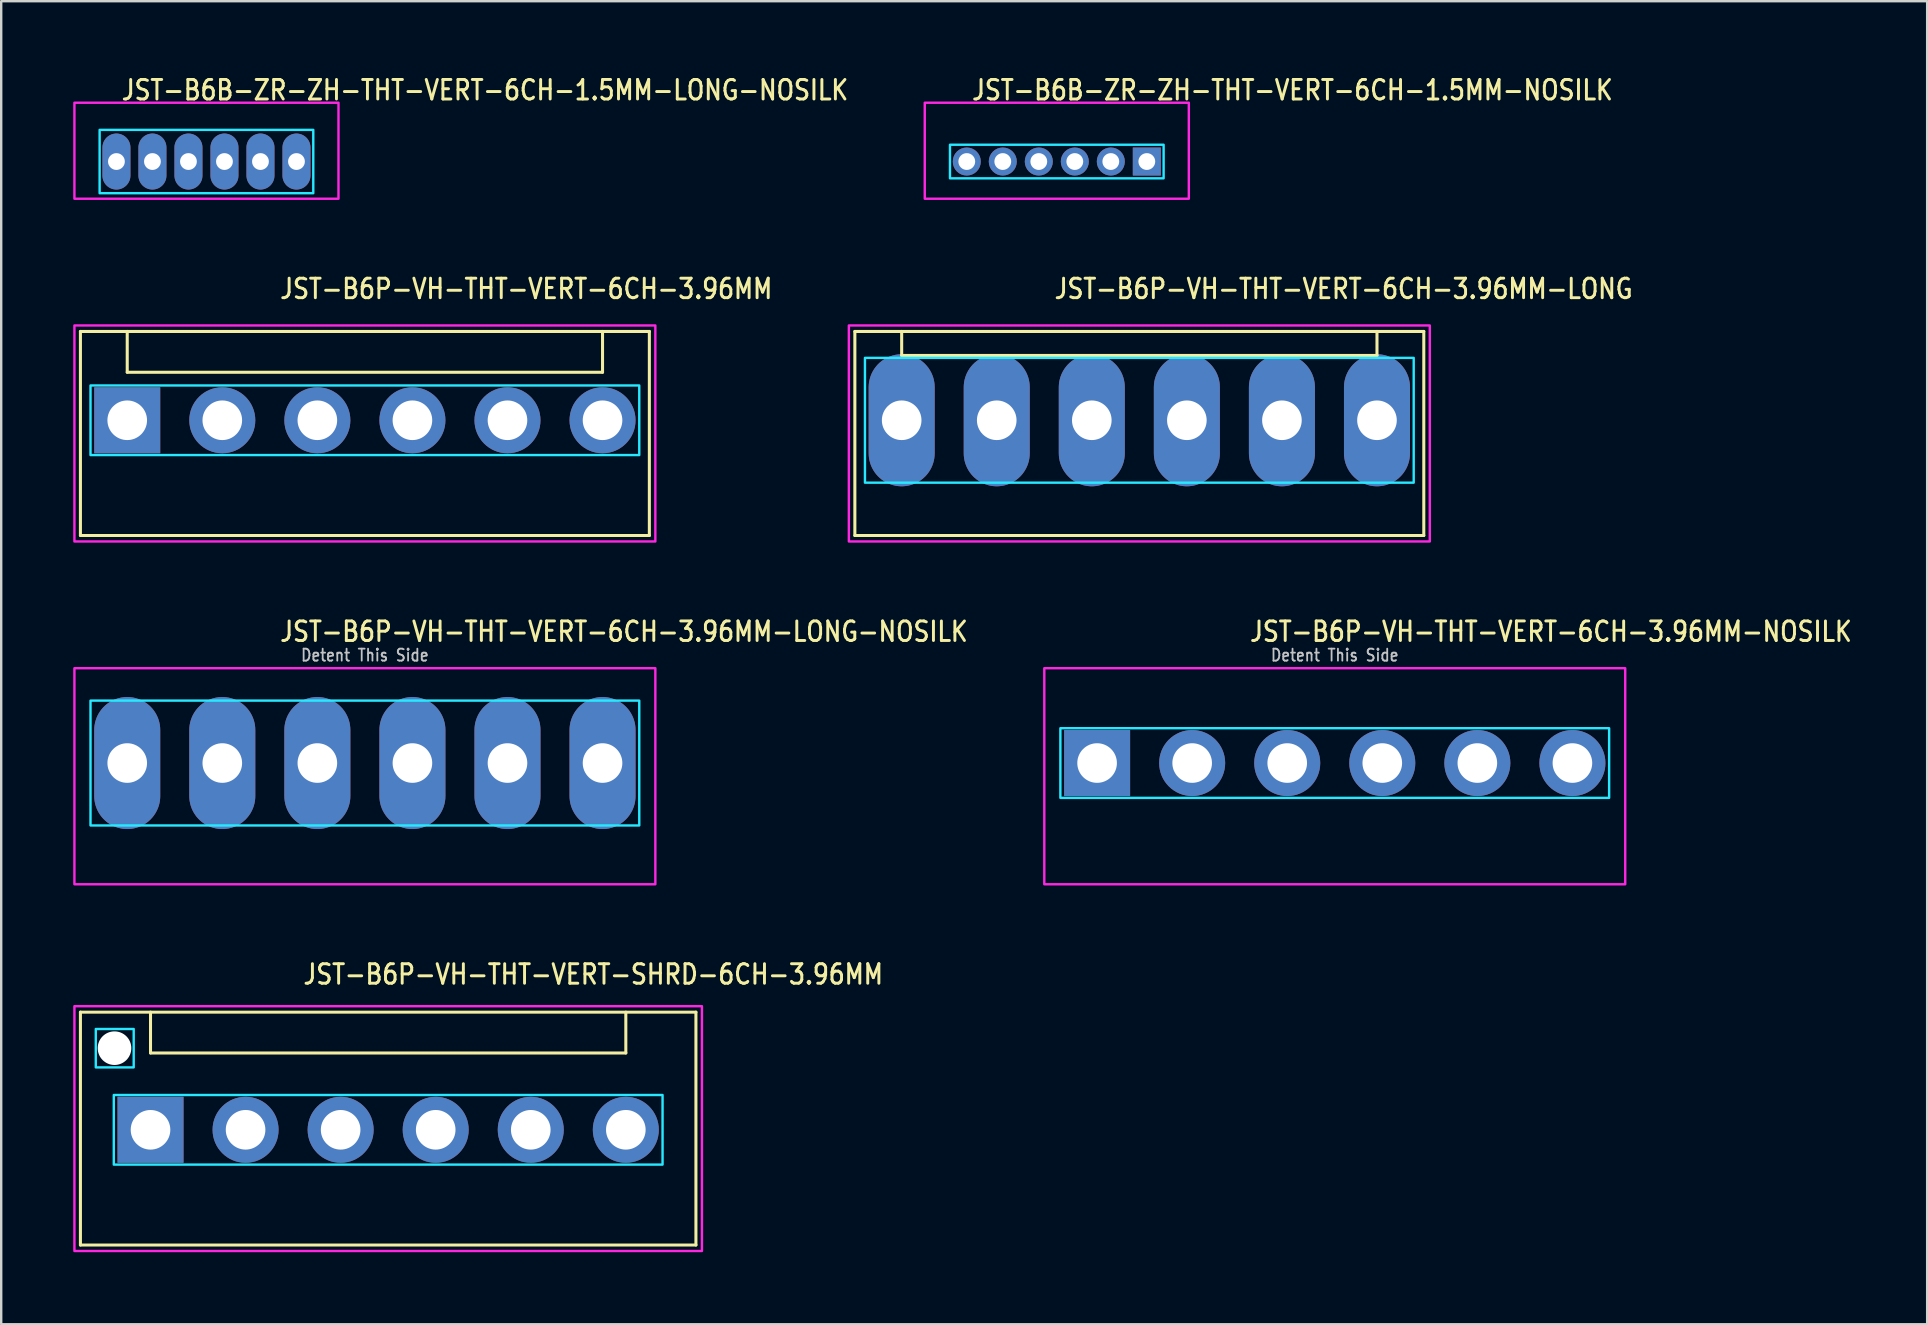
<source format=kicad_pcb>
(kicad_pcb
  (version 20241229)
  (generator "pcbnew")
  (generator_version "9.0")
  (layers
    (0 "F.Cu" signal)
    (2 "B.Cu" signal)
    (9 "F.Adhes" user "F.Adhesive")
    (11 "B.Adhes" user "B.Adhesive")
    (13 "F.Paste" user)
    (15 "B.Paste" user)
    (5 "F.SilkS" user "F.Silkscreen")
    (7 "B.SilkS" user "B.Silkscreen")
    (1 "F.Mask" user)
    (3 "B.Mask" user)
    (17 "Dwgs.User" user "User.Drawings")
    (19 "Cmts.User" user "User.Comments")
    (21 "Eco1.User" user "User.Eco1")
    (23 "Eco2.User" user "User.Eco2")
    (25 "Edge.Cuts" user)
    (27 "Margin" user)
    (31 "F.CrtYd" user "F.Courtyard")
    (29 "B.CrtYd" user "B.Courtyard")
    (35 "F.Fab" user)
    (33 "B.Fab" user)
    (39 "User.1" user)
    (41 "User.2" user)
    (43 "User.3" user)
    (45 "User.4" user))
  (footprint "JST-B6P-VH-THT-VERT-6CH-3.96MM-LONG-NOSILK"
    (layer "F.Cu")
    (at 12.15 28.736)
    (property "Reference" "JST-B6P-VH-THT-VERT-6CH-3.96MM-LONG-NOSILK" (at -3.6 -5 0) (unlocked yes) (layer "F.SilkS") (effects (font (size 0.813 0.695) (thickness 0.122)) (justify left bottom)))
    (fp_poly (pts (xy -11.43 -2.6) (xy -11.43 2.6) (xy 11.43 2.6) (xy 11.43 -2.6)) (stroke (width 0.1) (type solid)) (fill no) (layer "B.CrtYd"))
    (fp_poly (pts (xy -12.1 -3.95) (xy -12.1 5.05) (xy 12.1 5.05) (xy 12.1 -3.95)) (stroke (width 0.1) (type solid)) (fill no) (layer "F.CrtYd"))
    (fp_text user "Detent This Side" (at 0 -4.2 0) (unlocked yes) (layer "Dwgs.User") (effects (font (size 0.5 0.427) (thickness 0.075)) (justify bottom)))
    (pad "P$1" thru_hole oval (at -9.9 0 90) (size 5.5 2.75) (drill 1.65) (layers "*.Cu" "*.Mask"))
    (pad "P$2" thru_hole oval (at -5.94 0 90) (size 5.5 2.75) (drill 1.65) (layers "*.Cu" "*.Mask"))
    (pad "P$3" thru_hole oval (at -1.98 0 90) (size 5.5 2.75) (drill 1.65) (layers "*.Cu" "*.Mask"))
    (pad "P$4" thru_hole oval (at 1.98 0 90) (size 5.5 2.75) (drill 1.65) (layers "*.Cu" "*.Mask"))
    (pad "P$5" thru_hole oval (at 5.94 0 90) (size 5.5 2.75) (drill 1.65) (layers "*.Cu" "*.Mask"))
    (pad "P$6" thru_hole oval (at 9.9 0 90) (size 5.5 2.75) (drill 1.65) (layers "*.Cu" "*.Mask")))
  (footprint "JST-B6P-VH-THT-VERT-6CH-3.96MM-NOSILK"
    (layer "F.Cu")
    (at 52.552 28.736)
    (property "Reference" "JST-B6P-VH-THT-VERT-6CH-3.96MM-NOSILK" (at -3.6 -5 0) (unlocked yes) (layer "F.SilkS") (effects (font (size 0.813 0.695) (thickness 0.122)) (justify left bottom)))
    (fp_poly (pts (xy -11.43 -1.45) (xy -11.43 1.45) (xy 11.43 1.45) (xy 11.43 -1.45)) (stroke (width 0.1) (type solid)) (fill no) (layer "B.CrtYd"))
    (fp_poly (pts (xy -12.1 -3.95) (xy -12.1 5.05) (xy 12.1 5.05) (xy 12.1 -3.95)) (stroke (width 0.1) (type solid)) (fill no) (layer "F.CrtYd"))
    (fp_text user "Detent This Side" (at 0 -4.2 0) (unlocked yes) (layer "Dwgs.User") (effects (font (size 0.5 0.427) (thickness 0.075)) (justify bottom)))
    (pad "P$1" thru_hole rect (at -9.9 0) (size 2.75 2.75) (drill 1.65) (layers "*.Cu" "*.Mask"))
    (pad "P$2" thru_hole oval (at -5.94 0) (size 2.75 2.75) (drill 1.65) (layers "*.Cu" "*.Mask"))
    (pad "P$3" thru_hole oval (at -1.98 0) (size 2.75 2.75) (drill 1.65) (layers "*.Cu" "*.Mask"))
    (pad "P$4" thru_hole oval (at 1.98 0) (size 2.75 2.75) (drill 1.65) (layers "*.Cu" "*.Mask"))
    (pad "P$5" thru_hole oval (at 5.94 0) (size 2.75 2.75) (drill 1.65) (layers "*.Cu" "*.Mask"))
    (pad "P$6" thru_hole oval (at 9.9 0) (size 2.75 2.75) (drill 1.65) (layers "*.Cu" "*.Mask")))
  (footprint "JST-B6P-VH-THT-VERT-SHRD-6CH-3.96MM"
    (layer "F.Cu")
    (at 13.12 44.014)
    (property "Reference" "JST-B6P-VH-THT-VERT-SHRD-6CH-3.96MM" (at -3.6 -6 0) (unlocked yes) (layer "F.SilkS") (effects (font (size 0.813 0.695) (thickness 0.122)) (justify left bottom)))
    (fp_line (start -12.82 -4.9) (end 12.82 -4.9) (stroke (width 0.127) (type solid)) (layer "F.SilkS"))
    (fp_line (start -12.82 4.8) (end -12.82 -4.9) (stroke (width 0.127) (type solid)) (layer "F.SilkS"))
    (fp_line (start -12.82 4.8) (end 12.82 4.8) (stroke (width 0.127) (type solid)) (layer "F.SilkS"))
    (fp_line (start -9.9 -4.9) (end -9.9 -3.2) (stroke (width 0.127) (type solid)) (layer "F.SilkS"))
    (fp_line (start -9.9 -3.2) (end 9.9 -3.2) (stroke (width 0.127) (type solid)) (layer "F.SilkS"))
    (fp_line (start 9.9 -4.9) (end 9.9 -3.2) (stroke (width 0.127) (type solid)) (layer "F.SilkS"))
    (fp_line (start 12.82 -4.9) (end 12.82 4.8) (stroke (width 0.127) (type solid)) (layer "F.SilkS"))
    (fp_poly (pts (xy -11.43 -1.45) (xy -11.43 1.45) (xy 11.43 1.45) (xy 11.43 -1.45)) (stroke (width 0.1) (type solid)) (fill no) (layer "B.CrtYd"))
    (fp_poly (pts (xy -10.6 -4.2) (xy -10.6 -2.6) (xy -12.18 -2.6) (xy -12.18 -4.2)) (stroke (width 0.1) (type solid)) (fill no) (layer "B.CrtYd"))
    (fp_poly (pts (xy -13.07 -5.15) (xy -13.07 5.05) (xy 13.07 5.05) (xy 13.07 -5.15)) (stroke (width 0.1) (type solid)) (fill no) (layer "F.CrtYd"))
    (pad "" np_thru_hole circle (at -11.4 -3.4) (size 1.4 1.4) (drill 1.4) (layers "*.Cu" "*.Mask"))
    (pad "P$1" thru_hole rect (at -9.9 0) (size 2.75 2.75) (drill 1.65) (layers "*.Cu" "*.Mask"))
    (pad "P$2" thru_hole oval (at -5.94 0) (size 2.75 2.75) (drill 1.65) (layers "*.Cu" "*.Mask"))
    (pad "P$3" thru_hole oval (at -1.98 0) (size 2.75 2.75) (drill 1.65) (layers "*.Cu" "*.Mask"))
    (pad "P$4" thru_hole oval (at 1.98 0) (size 2.75 2.75) (drill 1.65) (layers "*.Cu" "*.Mask"))
    (pad "P$5" thru_hole oval (at 5.94 0) (size 2.75 2.75) (drill 1.65) (layers "*.Cu" "*.Mask"))
    (pad "P$6" thru_hole oval (at 9.9 0) (size 2.75 2.75) (drill 1.65) (layers "*.Cu" "*.Mask")))
  (footprint "JST-B6B-ZR-ZH-THT-VERT-6CH-1.5MM-LONG-NOSILK"
    (layer "F.Cu")
    (at 5.55 3.679)
    (property "Reference" "JST-B6B-ZR-ZH-THT-VERT-6CH-1.5MM-LONG-NOSILK" (at -3.6 -2.5 0) (unlocked yes) (layer "F.SilkS") (effects (font (size 0.813 0.695) (thickness 0.122)) (justify left bottom)))
    (fp_poly (pts (xy -4.45 -1.32) (xy -4.45 1.32) (xy 4.45 1.32) (xy 4.45 -1.32)) (stroke (width 0.1) (type solid)) (fill no) (layer "B.CrtYd"))
    (fp_poly (pts (xy -5.5 -2.45) (xy -5.5 1.55) (xy 5.5 1.55) (xy 5.5 -2.45)) (stroke (width 0.1) (type solid)) (fill no) (layer "F.CrtYd"))
    (pad "P$1" thru_hole oval (at 3.75 0 90) (size 2.333 1.167) (drill 0.7) (layers "*.Cu" "*.Mask"))
    (pad "P$2" thru_hole oval (at 2.25 0 90) (size 2.333 1.167) (drill 0.7) (layers "*.Cu" "*.Mask"))
    (pad "P$3" thru_hole oval (at 0.75 0 90) (size 2.333 1.167) (drill 0.7) (layers "*.Cu" "*.Mask"))
    (pad "P$4" thru_hole oval (at -0.75 0 90) (size 2.333 1.167) (drill 0.7) (layers "*.Cu" "*.Mask"))
    (pad "P$5" thru_hole oval (at -2.25 0 90) (size 2.333 1.167) (drill 0.7) (layers "*.Cu" "*.Mask"))
    (pad "P$6" thru_hole oval (at -3.75 0 90) (size 2.333 1.167) (drill 0.7) (layers "*.Cu" "*.Mask")))
  (footprint "JST-B6B-ZR-ZH-THT-VERT-6CH-1.5MM-NOSILK"
    (layer "F.Cu")
    (at 40.973 3.679)
    (property "Reference" "JST-B6B-ZR-ZH-THT-VERT-6CH-1.5MM-NOSILK" (at -3.6 -2.5 0) (unlocked yes) (layer "F.SilkS") (effects (font (size 0.813 0.695) (thickness 0.122)) (justify left bottom)))
    (fp_poly (pts (xy -4.45 -0.7) (xy -4.45 0.7) (xy 4.45 0.7) (xy 4.45 -0.7)) (stroke (width 0.1) (type solid)) (fill no) (layer "B.CrtYd"))
    (fp_poly (pts (xy -5.5 -2.45) (xy -5.5 1.55) (xy 5.5 1.55) (xy 5.5 -2.45)) (stroke (width 0.1) (type solid)) (fill no) (layer "F.CrtYd"))
    (pad "P$1" thru_hole rect (at 3.75 0) (size 1.167 1.167) (drill 0.7) (layers "*.Cu" "*.Mask"))
    (pad "P$2" thru_hole oval (at 2.25 0) (size 1.167 1.167) (drill 0.7) (layers "*.Cu" "*.Mask"))
    (pad "P$3" thru_hole oval (at 0.75 0) (size 1.167 1.167) (drill 0.7) (layers "*.Cu" "*.Mask"))
    (pad "P$4" thru_hole oval (at -0.75 0) (size 1.167 1.167) (drill 0.7) (layers "*.Cu" "*.Mask"))
    (pad "P$5" thru_hole oval (at -2.25 0) (size 1.167 1.167) (drill 0.7) (layers "*.Cu" "*.Mask"))
    (pad "P$6" thru_hole oval (at -3.75 0) (size 1.167 1.167) (drill 0.7) (layers "*.Cu" "*.Mask")))
  (footprint "JST-B6P-VH-THT-VERT-6CH-3.96MM-LONG"
    (layer "F.Cu")
    (at 44.411 14.457)
    (property "Reference" "JST-B6P-VH-THT-VERT-6CH-3.96MM-LONG" (at -3.6 -5 0) (unlocked yes) (layer "F.SilkS") (effects (font (size 0.813 0.695) (thickness 0.122)) (justify left bottom)))
    (fp_line (start -11.85 -3.7) (end 11.85 -3.7) (stroke (width 0.127) (type solid)) (layer "F.SilkS"))
    (fp_line (start -11.85 4.8) (end -11.85 -3.7) (stroke (width 0.127) (type solid)) (layer "F.SilkS"))
    (fp_line (start -11.85 4.8) (end 11.85 4.8) (stroke (width 0.127) (type solid)) (layer "F.SilkS"))
    (fp_line (start -9.9 -3.7) (end -9.9 -2.7) (stroke (width 0.127) (type solid)) (layer "F.SilkS"))
    (fp_line (start -9.9 -2.7) (end 9.9 -2.7) (stroke (width 0.127) (type solid)) (layer "F.SilkS"))
    (fp_line (start 9.9 -3.7) (end 9.9 -2.7) (stroke (width 0.127) (type solid)) (layer "F.SilkS"))
    (fp_line (start 11.85 -3.7) (end 11.85 4.8) (stroke (width 0.127) (type solid)) (layer "F.SilkS"))
    (fp_poly (pts (xy -11.43 -2.6) (xy -11.43 2.6) (xy 11.43 2.6) (xy 11.43 -2.6)) (stroke (width 0.1) (type solid)) (fill no) (layer "B.CrtYd"))
    (fp_poly (pts (xy -12.1 -3.95) (xy -12.1 5.05) (xy 12.1 5.05) (xy 12.1 -3.95)) (stroke (width 0.1) (type solid)) (fill no) (layer "F.CrtYd"))
    (pad "P$1" thru_hole oval (at -9.9 0 90) (size 5.5 2.75) (drill 1.65) (layers "*.Cu" "*.Mask"))
    (pad "P$2" thru_hole oval (at -5.94 0 90) (size 5.5 2.75) (drill 1.65) (layers "*.Cu" "*.Mask"))
    (pad "P$3" thru_hole oval (at -1.98 0 90) (size 5.5 2.75) (drill 1.65) (layers "*.Cu" "*.Mask"))
    (pad "P$4" thru_hole oval (at 1.98 0 90) (size 5.5 2.75) (drill 1.65) (layers "*.Cu" "*.Mask"))
    (pad "P$5" thru_hole oval (at 5.94 0 90) (size 5.5 2.75) (drill 1.65) (layers "*.Cu" "*.Mask"))
    (pad "P$6" thru_hole oval (at 9.9 0 90) (size 5.5 2.75) (drill 1.65) (layers "*.Cu" "*.Mask")))
  (footprint "JST-B6P-VH-THT-VERT-6CH-3.96MM"
    (layer "F.Cu")
    (at 12.15 14.457)
    (property "Reference" "JST-B6P-VH-THT-VERT-6CH-3.96MM" (at -3.6 -5 0) (unlocked yes) (layer "F.SilkS") (effects (font (size 0.813 0.695) (thickness 0.122)) (justify left bottom)))
    (fp_line (start -11.85 -3.7) (end 11.85 -3.7) (stroke (width 0.127) (type solid)) (layer "F.SilkS"))
    (fp_line (start -11.85 4.8) (end -11.85 -3.7) (stroke (width 0.127) (type solid)) (layer "F.SilkS"))
    (fp_line (start -11.85 4.8) (end 11.85 4.8) (stroke (width 0.127) (type solid)) (layer "F.SilkS"))
    (fp_line (start -9.9 -3.7) (end -9.9 -2) (stroke (width 0.127) (type solid)) (layer "F.SilkS"))
    (fp_line (start -9.9 -2) (end 9.9 -2) (stroke (width 0.127) (type solid)) (layer "F.SilkS"))
    (fp_line (start 9.9 -3.7) (end 9.9 -2) (stroke (width 0.127) (type solid)) (layer "F.SilkS"))
    (fp_line (start 11.85 -3.7) (end 11.85 4.8) (stroke (width 0.127) (type solid)) (layer "F.SilkS"))
    (fp_poly (pts (xy -11.43 -1.45) (xy -11.43 1.45) (xy 11.43 1.45) (xy 11.43 -1.45)) (stroke (width 0.1) (type solid)) (fill no) (layer "B.CrtYd"))
    (fp_poly (pts (xy -12.1 -3.95) (xy -12.1 5.05) (xy 12.1 5.05) (xy 12.1 -3.95)) (stroke (width 0.1) (type solid)) (fill no) (layer "F.CrtYd"))
    (pad "P$1" thru_hole rect (at -9.9 0) (size 2.75 2.75) (drill 1.65) (layers "*.Cu" "*.Mask"))
    (pad "P$2" thru_hole oval (at -5.94 0) (size 2.75 2.75) (drill 1.65) (layers "*.Cu" "*.Mask"))
    (pad "P$3" thru_hole oval (at -1.98 0) (size 2.75 2.75) (drill 1.65) (layers "*.Cu" "*.Mask"))
    (pad "P$4" thru_hole oval (at 1.98 0) (size 2.75 2.75) (drill 1.65) (layers "*.Cu" "*.Mask"))
    (pad "P$5" thru_hole oval (at 5.94 0) (size 2.75 2.75) (drill 1.65) (layers "*.Cu" "*.Mask"))
    (pad "P$6" thru_hole oval (at 9.9 0) (size 2.75 2.75) (drill 1.65) (layers "*.Cu" "*.Mask")))
  (gr_rect
    (start -3 -3)
    (end 77.23 52.114)
    (stroke (width 0.1) (type default))
    (fill no)
    (layer "Edge.Cuts")))
</source>
